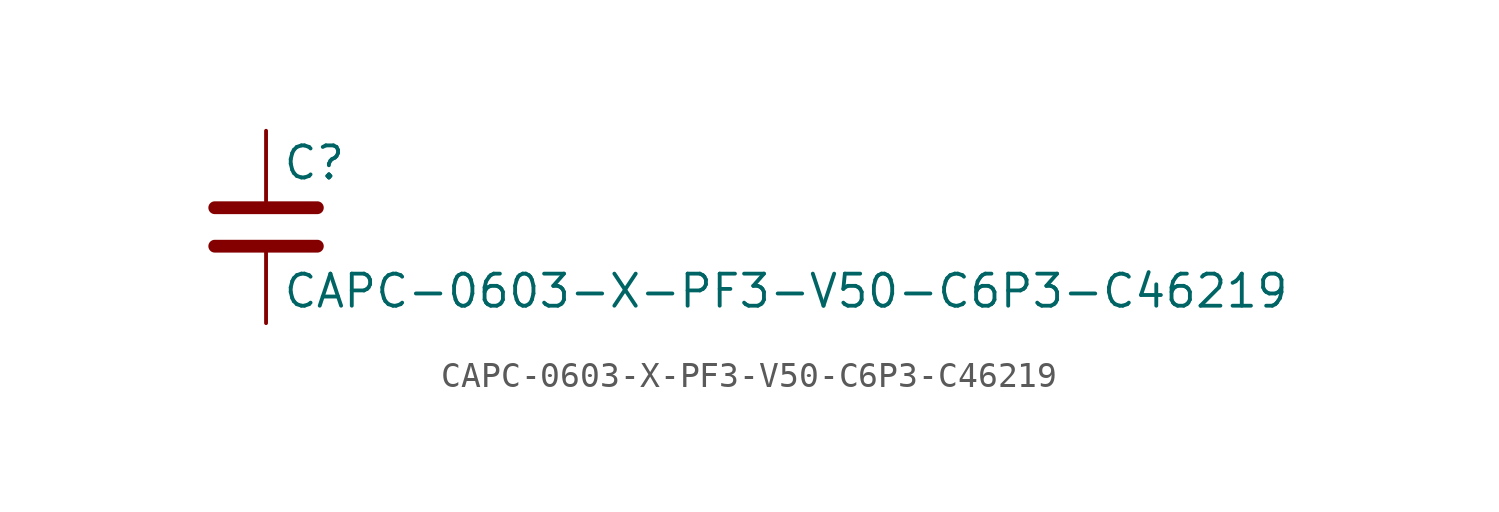
<source format=kicad_sym>
(kicad_symbol_lib
  (version 20211014)
  (generator kicad_symbol_editor)
  (symbol "CAPC-0603-X-PF3-V50-C6P3-C46219"
    (pin_numbers hide)
    (pin_names
      (offset 0.254))
    (property "Reference" "C"
      (at 0.635 2.54 0)
      (effects (font (size 1.27 1.27)) (justify left)))
    (property "Value" "CAPC-0603-X-PF3-V50-C6P3-C46219"
      (at 0.635 -2.54 0)
      (effects (font (size 1.27 1.27)) (justify left)))
    (symbol "CAPC-0603-X-PF3-V50-C6P3-C46219_0_1"
      (polyline (pts (xy -2.032 -0.762) (xy 2.032 -0.762)) (stroke (width 0.508) (type default) (color 0 0 0 0)) (fill (type none)))
      (polyline (pts (xy -2.032 0.762) (xy 2.032 0.762)) (stroke (width 0.508) (type default) (color 0 0 0 0)) (fill (type none))))
    (symbol "CAPC-0603-X-PF3-V50-C6P3-C46219_1_1"
      (pin passive line (at 0 3.81 270) (length 2.794) (name "~" (effects (font (size 1.27 1.27)))) (number "1" (effects (font (size 1.27 1.27)))))
      (pin passive line (at 0 -3.81 90) (length 2.794) (name "~" (effects (font (size 1.27 1.27)))) (number "2" (effects (font (size 1.27 1.27))))))))
</source>
